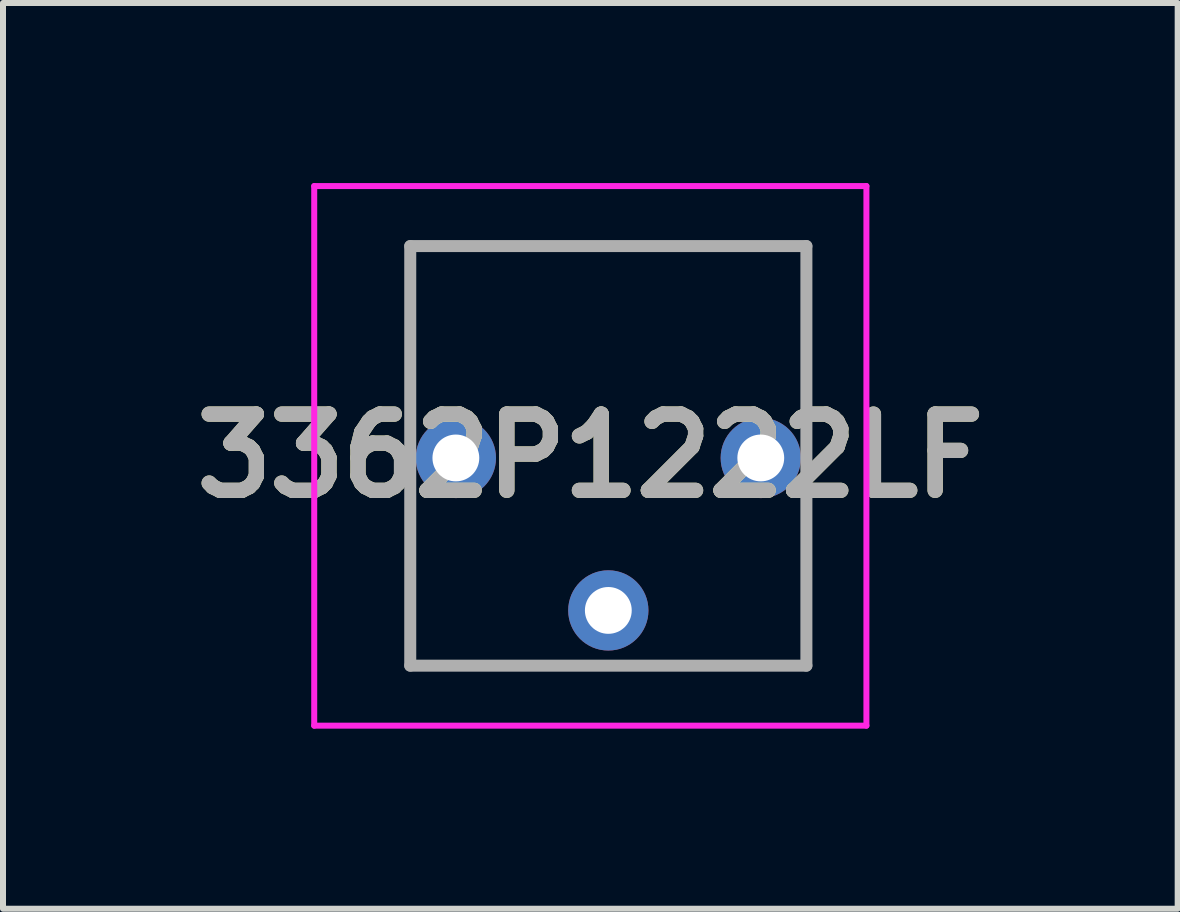
<source format=kicad_pcb>
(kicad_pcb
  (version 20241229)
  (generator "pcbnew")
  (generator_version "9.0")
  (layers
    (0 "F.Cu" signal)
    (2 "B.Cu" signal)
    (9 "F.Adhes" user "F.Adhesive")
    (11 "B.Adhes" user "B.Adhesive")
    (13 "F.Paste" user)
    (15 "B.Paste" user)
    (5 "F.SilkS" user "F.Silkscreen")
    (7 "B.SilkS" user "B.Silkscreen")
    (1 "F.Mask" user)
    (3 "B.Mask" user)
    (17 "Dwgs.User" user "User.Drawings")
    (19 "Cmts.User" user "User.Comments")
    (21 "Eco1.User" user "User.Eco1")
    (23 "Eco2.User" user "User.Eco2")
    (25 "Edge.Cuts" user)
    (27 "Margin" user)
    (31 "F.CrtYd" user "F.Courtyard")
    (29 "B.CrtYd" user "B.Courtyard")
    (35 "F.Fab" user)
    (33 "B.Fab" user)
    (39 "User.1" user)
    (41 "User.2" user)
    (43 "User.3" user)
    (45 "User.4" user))
  (footprint "3362P1222LF"
    (layer "F.Cu")
    (at 4.545 4.58)
    (property "Reference" "3362P1222LF" (at 2.24 -0.035 0) (layer "F.SilkS") (effects (font (size 1.27 1.27) (thickness 0.254))))
    (attr through_hole)
    (fp_line (start -1.36 -0.235) (end -1.36 -0.235) (stroke (width 0.1) (type solid)) (layer "F.SilkS"))
    (fp_line (start -1.26 -0.235) (end -1.26 -0.235) (stroke (width 0.1) (type solid)) (layer "F.SilkS"))
    (fp_line (start -0.76 -3.53) (end -0.76 0.365) (stroke (width 0.1) (type solid)) (layer "F.SilkS"))
    (fp_line (start -0.76 0.365) (end -0.76 3.46) (stroke (width 0.1) (type solid)) (layer "F.SilkS"))
    (fp_line (start -0.76 3.46) (end 5.84 3.46) (stroke (width 0.1) (type solid)) (layer "F.SilkS"))
    (fp_line (start 5.84 -3.53) (end -0.76 -3.53) (stroke (width 0.1) (type solid)) (layer "F.SilkS"))
    (fp_line (start 5.84 3.46) (end 5.84 -3.53) (stroke (width 0.1) (type solid)) (layer "F.SilkS"))
    (fp_arc (start -1.36 -0.235) (mid -1.31 -0.285) (end -1.26 -0.235) (stroke (width 0.1) (type solid)) (layer "F.SilkS"))
    (fp_arc (start -1.26 -0.235) (mid -1.31 -0.185) (end -1.36 -0.235) (stroke (width 0.1) (type solid)) (layer "F.SilkS"))
    (fp_line (start -2.36 -4.53) (end 6.84 -4.53) (stroke (width 0.1) (type solid)) (layer "F.CrtYd"))
    (fp_line (start -2.36 4.46) (end -2.36 -4.53) (stroke (width 0.1) (type solid)) (layer "F.CrtYd"))
    (fp_line (start 6.84 -4.53) (end 6.84 4.46) (stroke (width 0.1) (type solid)) (layer "F.CrtYd"))
    (fp_line (start 6.84 4.46) (end -2.36 4.46) (stroke (width 0.1) (type solid)) (layer "F.CrtYd"))
    (fp_line (start -0.76 -3.53) (end 5.84 -3.53) (stroke (width 0.2) (type solid)) (layer "F.Fab"))
    (fp_line (start -0.76 3.46) (end -0.76 -3.53) (stroke (width 0.2) (type solid)) (layer "F.Fab"))
    (fp_line (start 5.84 -3.53) (end 5.84 3.46) (stroke (width 0.2) (type solid)) (layer "F.Fab"))
    (fp_line (start 5.84 3.46) (end -0.76 3.46) (stroke (width 0.2) (type solid)) (layer "F.Fab"))
    (fp_text user "${REFERENCE}" (at 2.24 -0.035 0) (layer "F.Fab") (effects (font (size 1.27 1.27) (thickness 0.254))))
    (pad "1" thru_hole circle (at 0 0) (size 1.337 1.337) (drill 0.78) (layers "*.Cu" "*.Mask"))
    (pad "2" thru_hole circle (at 2.54 2.54) (size 1.337 1.337) (drill 0.78) (layers "*.Cu" "*.Mask"))
    (pad "3" thru_hole circle (at 5.08 0) (size 1.337 1.337) (drill 0.78) (layers "*.Cu" "*.Mask")))
  (gr_rect
    (start -3 -3)
    (end 16.571 12.09)
    (stroke (width 0.1) (type default))
    (fill no)
    (layer "Edge.Cuts")))
</source>
